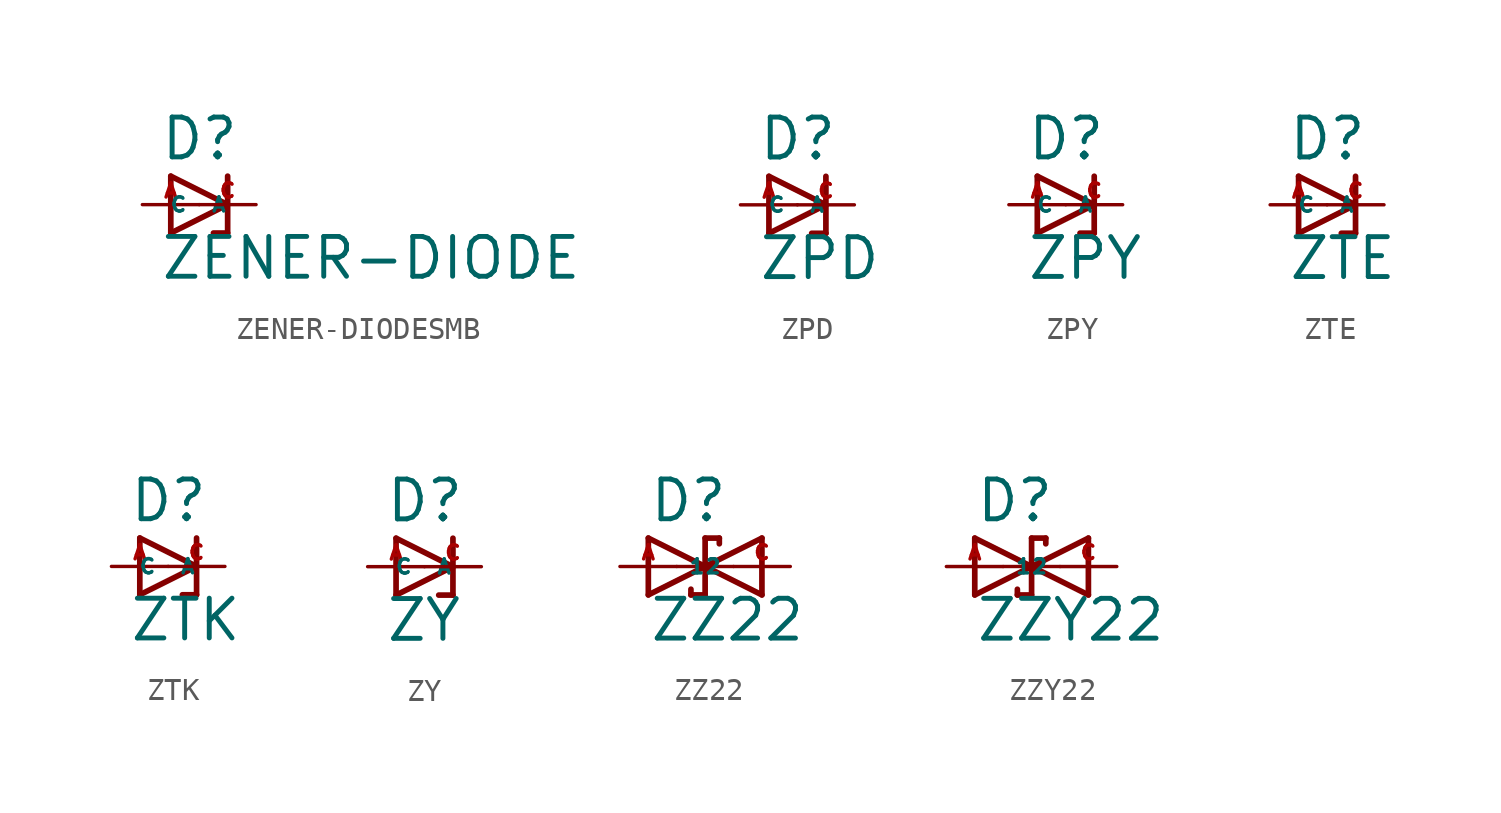
<source format=kicad_sym>
(kicad_symbol_lib
  (version 20220914)
  (generator Eagle2Kicad)
  (symbol "ZENER-DIODESMB"
    (property "Reference" "D"
      (at -1.778 1.905 0)
      (effects (font (size 1.778 1.778) (thickness 0.22)) (justify left bottom)))
    (property "Value" "ZENER-DIODE"
      (at -1.778 -3.429 0)
      (effects (font (size 1.778 1.778) (thickness 0.22)) (justify left bottom)))
    (polyline
      (pts (xy -1.27 -1.27) (xy 1.27 0))
      (stroke (width 0.254) (type default))
      (fill (type none)))
    (polyline
      (pts (xy 1.27 0) (xy -1.27 1.27))
      (stroke (width 0.254) (type default))
      (fill (type none)))
    (polyline
      (pts (xy 1.27 1.27) (xy 1.27 0))
      (stroke (width 0.254) (type default))
      (fill (type none)))
    (polyline
      (pts (xy -1.27 1.27) (xy -1.27 -1.27))
      (stroke (width 0.254) (type default))
      (fill (type none)))
    (polyline
      (pts (xy 1.27 0) (xy 1.27 -1.27))
      (stroke (width 0.254) (type default))
      (fill (type none)))
    (polyline
      (pts (xy 1.27 -1.27) (xy 0.635 -1.27))
      (stroke (width 0.254) (type default))
      (fill (type none)))
    (pin passive line
      (at -2.54 0 0)
      (length 2.54)
      (name "A" (effects (font (size 0.635 0.635) (thickness 0.08)) (justify left bottom)))
      (number "A" (effects (font (size 0.635 0.635) (thickness 0.08)) (justify left bottom))))
    (pin passive line
      (at 2.54 0 180)
      (length 2.54)
      (name "C" (effects (font (size 0.635 0.635) (thickness 0.08)) (justify left bottom)))
      (number "C" (effects (font (size 0.635 0.635) (thickness 0.08)) (justify left bottom)))))
  (symbol "ZPD"
    (property "Reference" "D"
      (at -1.778 1.905 0)
      (effects (font (size 1.778 1.778) (thickness 0.22)) (justify left bottom)))
    (property "Value" "ZPD"
      (at -1.778 -3.429 0)
      (effects (font (size 1.778 1.778) (thickness 0.22)) (justify left bottom)))
    (polyline
      (pts (xy -1.27 -1.27) (xy 1.27 0))
      (stroke (width 0.254) (type default))
      (fill (type none)))
    (polyline
      (pts (xy 1.27 0) (xy -1.27 1.27))
      (stroke (width 0.254) (type default))
      (fill (type none)))
    (polyline
      (pts (xy 1.27 1.27) (xy 1.27 0))
      (stroke (width 0.254) (type default))
      (fill (type none)))
    (polyline
      (pts (xy -1.27 1.27) (xy -1.27 -1.27))
      (stroke (width 0.254) (type default))
      (fill (type none)))
    (polyline
      (pts (xy 1.27 0) (xy 1.27 -1.27))
      (stroke (width 0.254) (type default))
      (fill (type none)))
    (polyline
      (pts (xy 1.27 -1.27) (xy 0.635 -1.27))
      (stroke (width 0.254) (type default))
      (fill (type none)))
    (pin passive line
      (at -2.54 0 0)
      (length 2.54)
      (name "A" (effects (font (size 0.635 0.635) (thickness 0.08)) (justify left bottom)))
      (number "A" (effects (font (size 0.635 0.635) (thickness 0.08)) (justify left bottom))))
    (pin passive line
      (at 2.54 0 180)
      (length 2.54)
      (name "C" (effects (font (size 0.635 0.635) (thickness 0.08)) (justify left bottom)))
      (number "C" (effects (font (size 0.635 0.635) (thickness 0.08)) (justify left bottom)))))
  (symbol "ZPY"
    (property "Reference" "D"
      (at -1.778 1.905 0)
      (effects (font (size 1.778 1.778) (thickness 0.22)) (justify left bottom)))
    (property "Value" "ZPY"
      (at -1.778 -3.429 0)
      (effects (font (size 1.778 1.778) (thickness 0.22)) (justify left bottom)))
    (polyline
      (pts (xy -1.27 -1.27) (xy 1.27 0))
      (stroke (width 0.254) (type default))
      (fill (type none)))
    (polyline
      (pts (xy 1.27 0) (xy -1.27 1.27))
      (stroke (width 0.254) (type default))
      (fill (type none)))
    (polyline
      (pts (xy 1.27 1.27) (xy 1.27 0))
      (stroke (width 0.254) (type default))
      (fill (type none)))
    (polyline
      (pts (xy -1.27 1.27) (xy -1.27 -1.27))
      (stroke (width 0.254) (type default))
      (fill (type none)))
    (polyline
      (pts (xy 1.27 0) (xy 1.27 -1.27))
      (stroke (width 0.254) (type default))
      (fill (type none)))
    (polyline
      (pts (xy 1.27 -1.27) (xy 0.635 -1.27))
      (stroke (width 0.254) (type default))
      (fill (type none)))
    (pin passive line
      (at -2.54 0 0)
      (length 2.54)
      (name "A" (effects (font (size 0.635 0.635) (thickness 0.08)) (justify left bottom)))
      (number "A" (effects (font (size 0.635 0.635) (thickness 0.08)) (justify left bottom))))
    (pin passive line
      (at 2.54 0 180)
      (length 2.54)
      (name "C" (effects (font (size 0.635 0.635) (thickness 0.08)) (justify left bottom)))
      (number "C" (effects (font (size 0.635 0.635) (thickness 0.08)) (justify left bottom)))))
  (symbol "ZTE"
    (property "Reference" "D"
      (at -1.778 1.905 0)
      (effects (font (size 1.778 1.778) (thickness 0.22)) (justify left bottom)))
    (property "Value" "ZTE"
      (at -1.778 -3.429 0)
      (effects (font (size 1.778 1.778) (thickness 0.22)) (justify left bottom)))
    (polyline
      (pts (xy -1.27 -1.27) (xy 1.27 0))
      (stroke (width 0.254) (type default))
      (fill (type none)))
    (polyline
      (pts (xy 1.27 0) (xy -1.27 1.27))
      (stroke (width 0.254) (type default))
      (fill (type none)))
    (polyline
      (pts (xy 1.27 1.27) (xy 1.27 0))
      (stroke (width 0.254) (type default))
      (fill (type none)))
    (polyline
      (pts (xy -1.27 1.27) (xy -1.27 -1.27))
      (stroke (width 0.254) (type default))
      (fill (type none)))
    (polyline
      (pts (xy 1.27 0) (xy 1.27 -1.27))
      (stroke (width 0.254) (type default))
      (fill (type none)))
    (polyline
      (pts (xy 1.27 -1.27) (xy 0.635 -1.27))
      (stroke (width 0.254) (type default))
      (fill (type none)))
    (pin passive line
      (at -2.54 0 0)
      (length 2.54)
      (name "A" (effects (font (size 0.635 0.635) (thickness 0.08)) (justify left bottom)))
      (number "A" (effects (font (size 0.635 0.635) (thickness 0.08)) (justify left bottom))))
    (pin passive line
      (at 2.54 0 180)
      (length 2.54)
      (name "C" (effects (font (size 0.635 0.635) (thickness 0.08)) (justify left bottom)))
      (number "C" (effects (font (size 0.635 0.635) (thickness 0.08)) (justify left bottom)))))
  (symbol "ZTK"
    (property "Reference" "D"
      (at -1.778 1.905 0)
      (effects (font (size 1.778 1.778) (thickness 0.22)) (justify left bottom)))
    (property "Value" "ZTK"
      (at -1.778 -3.429 0)
      (effects (font (size 1.778 1.778) (thickness 0.22)) (justify left bottom)))
    (polyline
      (pts (xy -1.27 -1.27) (xy 1.27 0))
      (stroke (width 0.254) (type default))
      (fill (type none)))
    (polyline
      (pts (xy 1.27 0) (xy -1.27 1.27))
      (stroke (width 0.254) (type default))
      (fill (type none)))
    (polyline
      (pts (xy 1.27 1.27) (xy 1.27 0))
      (stroke (width 0.254) (type default))
      (fill (type none)))
    (polyline
      (pts (xy -1.27 1.27) (xy -1.27 -1.27))
      (stroke (width 0.254) (type default))
      (fill (type none)))
    (polyline
      (pts (xy 1.27 0) (xy 1.27 -1.27))
      (stroke (width 0.254) (type default))
      (fill (type none)))
    (polyline
      (pts (xy 1.27 -1.27) (xy 0.635 -1.27))
      (stroke (width 0.254) (type default))
      (fill (type none)))
    (pin passive line
      (at -2.54 0 0)
      (length 2.54)
      (name "A" (effects (font (size 0.635 0.635) (thickness 0.08)) (justify left bottom)))
      (number "A" (effects (font (size 0.635 0.635) (thickness 0.08)) (justify left bottom))))
    (pin passive line
      (at 2.54 0 180)
      (length 2.54)
      (name "C" (effects (font (size 0.635 0.635) (thickness 0.08)) (justify left bottom)))
      (number "C" (effects (font (size 0.635 0.635) (thickness 0.08)) (justify left bottom)))))
  (symbol "ZY"
    (property "Reference" "D"
      (at -1.778 1.905 0)
      (effects (font (size 1.778 1.778) (thickness 0.22)) (justify left bottom)))
    (property "Value" "ZY"
      (at -1.778 -3.429 0)
      (effects (font (size 1.778 1.778) (thickness 0.22)) (justify left bottom)))
    (polyline
      (pts (xy -1.27 -1.27) (xy 1.27 0))
      (stroke (width 0.254) (type default))
      (fill (type none)))
    (polyline
      (pts (xy 1.27 0) (xy -1.27 1.27))
      (stroke (width 0.254) (type default))
      (fill (type none)))
    (polyline
      (pts (xy 1.27 1.27) (xy 1.27 0))
      (stroke (width 0.254) (type default))
      (fill (type none)))
    (polyline
      (pts (xy -1.27 1.27) (xy -1.27 -1.27))
      (stroke (width 0.254) (type default))
      (fill (type none)))
    (polyline
      (pts (xy 1.27 0) (xy 1.27 -1.27))
      (stroke (width 0.254) (type default))
      (fill (type none)))
    (polyline
      (pts (xy 1.27 -1.27) (xy 0.635 -1.27))
      (stroke (width 0.254) (type default))
      (fill (type none)))
    (pin passive line
      (at -2.54 0 0)
      (length 2.54)
      (name "A" (effects (font (size 0.635 0.635) (thickness 0.08)) (justify left bottom)))
      (number "A" (effects (font (size 0.635 0.635) (thickness 0.08)) (justify left bottom))))
    (pin passive line
      (at 2.54 0 180)
      (length 2.54)
      (name "C" (effects (font (size 0.635 0.635) (thickness 0.08)) (justify left bottom)))
      (number "C" (effects (font (size 0.635 0.635) (thickness 0.08)) (justify left bottom)))))
  (symbol "ZZ22"
    (property "Reference" "D"
      (at -1.27 1.905 0)
      (effects (font (size 1.778 1.778) (thickness 0.22)) (justify left bottom)))
    (property "Value" "ZZ22"
      (at -1.27 -3.429 0)
      (effects (font (size 1.778 1.778) (thickness 0.22)) (justify left bottom)))
    (polyline
      (pts (xy -1.27 -1.27) (xy 1.27 0))
      (stroke (width 0.254) (type default))
      (fill (type none)))
    (polyline
      (pts (xy 1.27 0) (xy -1.27 1.27))
      (stroke (width 0.254) (type default))
      (fill (type none)))
    (polyline
      (pts (xy 1.905 1.27) (xy 1.27 1.27))
      (stroke (width 0.254) (type default))
      (fill (type none)))
    (polyline
      (pts (xy 1.27 1.27) (xy 1.27 0))
      (stroke (width 0.254) (type default))
      (fill (type none)))
    (polyline
      (pts (xy 0 0) (xy 1.27 0))
      (stroke (width 0.152) (type default))
      (fill (type none)))
    (polyline
      (pts (xy -1.27 1.27) (xy -1.27 -1.27))
      (stroke (width 0.254) (type default))
      (fill (type none)))
    (polyline
      (pts (xy 1.27 0) (xy 1.27 -1.27))
      (stroke (width 0.254) (type default))
      (fill (type none)))
    (polyline
      (pts (xy 1.27 -1.27) (xy 0.635 -1.27))
      (stroke (width 0.254) (type default))
      (fill (type none)))
    (polyline
      (pts (xy 3.81 1.27) (xy 3.81 -1.27))
      (stroke (width 0.254) (type default))
      (fill (type none)))
    (polyline
      (pts (xy 3.81 -1.27) (xy 1.27 0))
      (stroke (width 0.254) (type default))
      (fill (type none)))
    (polyline
      (pts (xy 1.27 0) (xy 3.81 1.27))
      (stroke (width 0.254) (type default))
      (fill (type none)))
    (polyline
      (pts (xy 1.27 0) (xy 2.54 0))
      (stroke (width 0.152) (type default))
      (fill (type none)))
    (polyline
      (pts (xy 1.905 1.27) (xy 1.905 1.016))
      (stroke (width 0.254) (type default))
      (fill (type none)))
    (polyline
      (pts (xy 0.635 -1.016) (xy 0.635 -1.27))
      (stroke (width 0.254) (type default))
      (fill (type none)))
    (pin passive line
      (at -2.54 0 0)
      (length 2.54)
      (name "1" (effects (font (size 0.635 0.635) (thickness 0.08)) (justify left bottom)))
      (number "A" (effects (font (size 0.635 0.635) (thickness 0.08)) (justify left bottom))))
    (pin passive line
      (at 5.08 0 180)
      (length 2.54)
      (name "2" (effects (font (size 0.635 0.635) (thickness 0.08)) (justify left bottom)))
      (number "C" (effects (font (size 0.635 0.635) (thickness 0.08)) (justify left bottom)))))
  (symbol "ZZY22"
    (property "Reference" "D"
      (at -1.27 1.905 0)
      (effects (font (size 1.778 1.778) (thickness 0.22)) (justify left bottom)))
    (property "Value" "ZZY22"
      (at -1.27 -3.429 0)
      (effects (font (size 1.778 1.778) (thickness 0.22)) (justify left bottom)))
    (polyline
      (pts (xy -1.27 -1.27) (xy 1.27 0))
      (stroke (width 0.254) (type default))
      (fill (type none)))
    (polyline
      (pts (xy 1.27 0) (xy -1.27 1.27))
      (stroke (width 0.254) (type default))
      (fill (type none)))
    (polyline
      (pts (xy 1.905 1.27) (xy 1.27 1.27))
      (stroke (width 0.254) (type default))
      (fill (type none)))
    (polyline
      (pts (xy 1.27 1.27) (xy 1.27 0))
      (stroke (width 0.254) (type default))
      (fill (type none)))
    (polyline
      (pts (xy 0 0) (xy 1.27 0))
      (stroke (width 0.152) (type default))
      (fill (type none)))
    (polyline
      (pts (xy -1.27 1.27) (xy -1.27 -1.27))
      (stroke (width 0.254) (type default))
      (fill (type none)))
    (polyline
      (pts (xy 1.27 0) (xy 1.27 -1.27))
      (stroke (width 0.254) (type default))
      (fill (type none)))
    (polyline
      (pts (xy 1.27 -1.27) (xy 0.635 -1.27))
      (stroke (width 0.254) (type default))
      (fill (type none)))
    (polyline
      (pts (xy 3.81 1.27) (xy 3.81 -1.27))
      (stroke (width 0.254) (type default))
      (fill (type none)))
    (polyline
      (pts (xy 3.81 -1.27) (xy 1.27 0))
      (stroke (width 0.254) (type default))
      (fill (type none)))
    (polyline
      (pts (xy 1.27 0) (xy 3.81 1.27))
      (stroke (width 0.254) (type default))
      (fill (type none)))
    (polyline
      (pts (xy 1.27 0) (xy 2.54 0))
      (stroke (width 0.152) (type default))
      (fill (type none)))
    (polyline
      (pts (xy 1.905 1.27) (xy 1.905 1.016))
      (stroke (width 0.254) (type default))
      (fill (type none)))
    (polyline
      (pts (xy 0.635 -1.016) (xy 0.635 -1.27))
      (stroke (width 0.254) (type default))
      (fill (type none)))
    (pin passive line
      (at -2.54 0 0)
      (length 2.54)
      (name "1" (effects (font (size 0.635 0.635) (thickness 0.08)) (justify left bottom)))
      (number "A" (effects (font (size 0.635 0.635) (thickness 0.08)) (justify left bottom))))
    (pin passive line
      (at 5.08 0 180)
      (length 2.54)
      (name "2" (effects (font (size 0.635 0.635) (thickness 0.08)) (justify left bottom)))
      (number "C" (effects (font (size 0.635 0.635) (thickness 0.08)) (justify left bottom))))))
</source>
